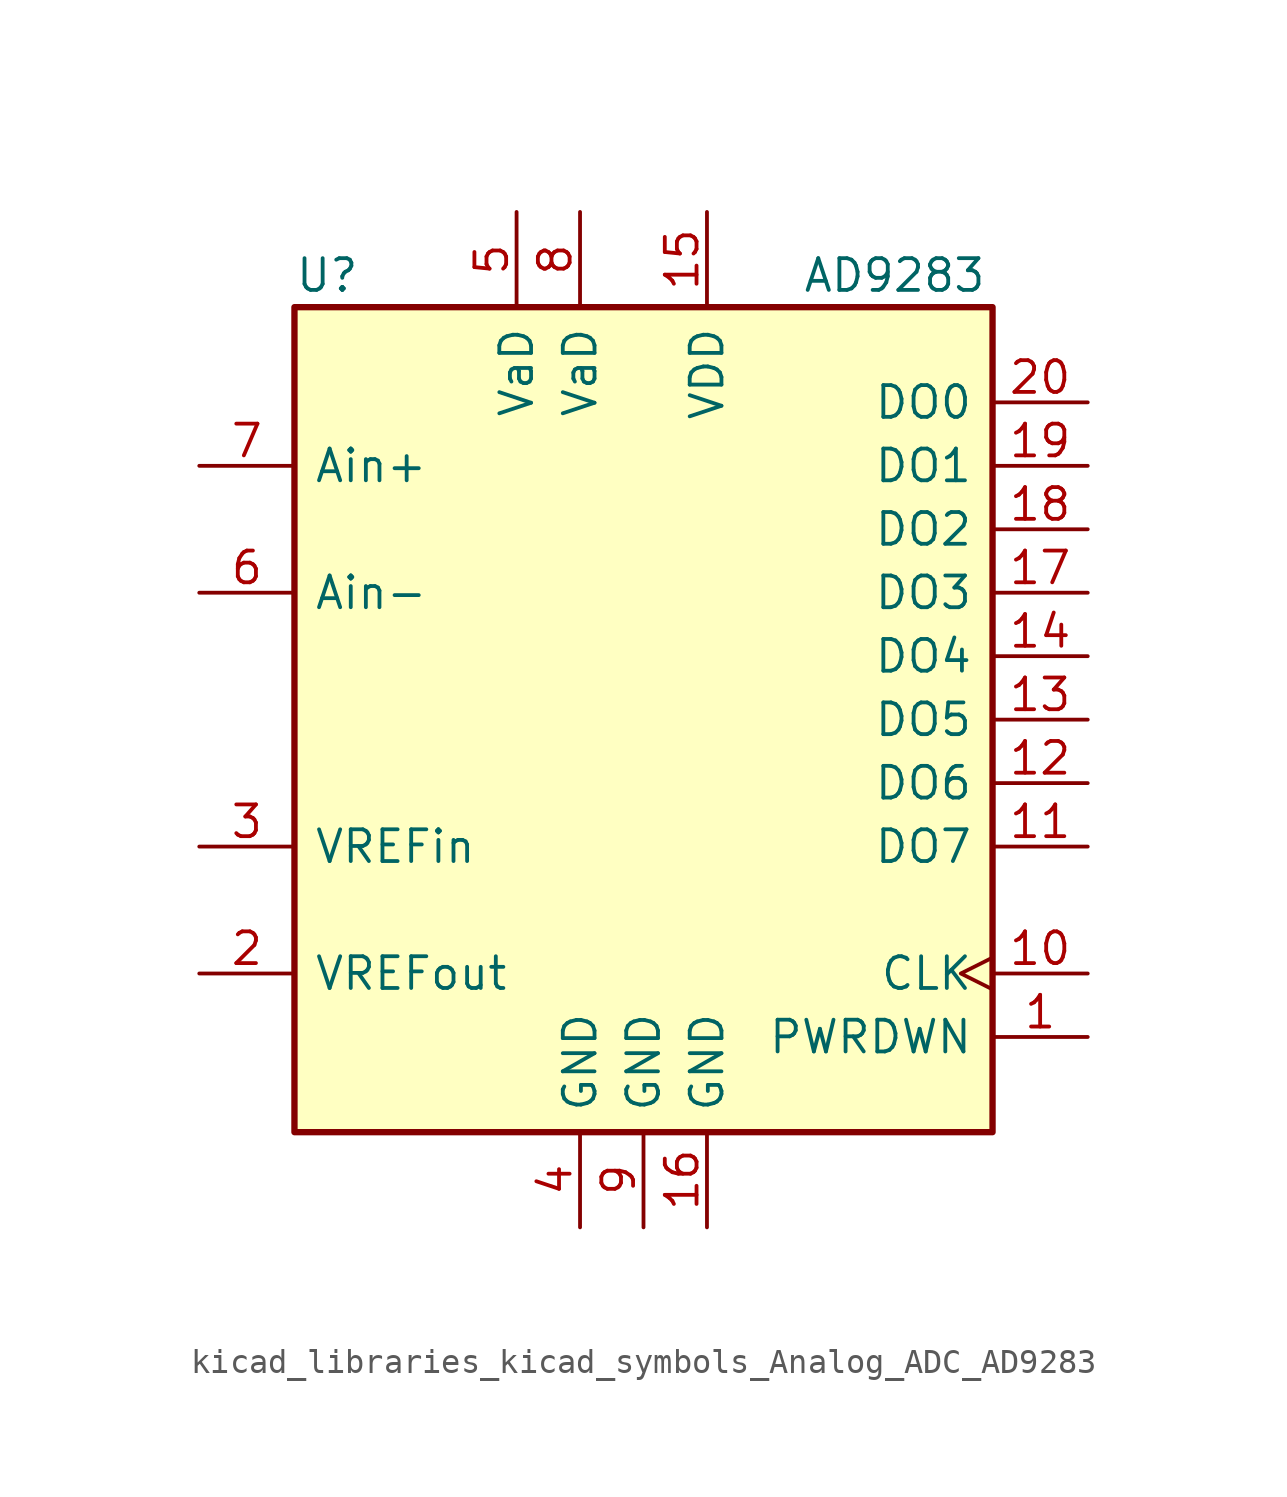
<source format=kicad_sym>
(kicad_symbol_lib
  (version 20220914)
  (generator kicad_symbol_editor)
  (symbol "kicad_libraries_kicad_symbols_Analog_ADC_AD9283"
    (pin_names
      (offset 0.762))
    (property "Reference" "U"
      (at -13.97 17.78 0)
      (effects (font (size 1.27 1.27)) (justify left)))
    (property "Value" "AD9283"
      (at 6.35 17.78 0)
      (effects (font (size 1.27 1.27)) (justify left)))
    (symbol "kicad_libraries_kicad_symbols_Analog_ADC_AD9283_0_1"
      (rectangle (start -13.97 16.51) (end 13.97 -16.51) (stroke (width 0.254) (type default)) (fill (type background))))
    (symbol "kicad_libraries_kicad_symbols_Analog_ADC_AD9283_1_1"
      (pin input line (at 17.78 -12.7 180) (length 3.81) (name "PWRDWN" (effects (font (size 1.27 1.27)))) (number "1" (effects (font (size 1.27 1.27)))))
      (pin input clock (at 17.78 -10.16 180) (length 3.81) (name "CLK" (effects (font (size 1.27 1.27)))) (number "10" (effects (font (size 1.27 1.27)))))
      (pin output line (at 17.78 -5.08 180) (length 3.81) (name "DO7" (effects (font (size 1.27 1.27)))) (number "11" (effects (font (size 1.27 1.27)))))
      (pin output line (at 17.78 -2.54 180) (length 3.81) (name "DO6" (effects (font (size 1.27 1.27)))) (number "12" (effects (font (size 1.27 1.27)))))
      (pin output line (at 17.78 0 180) (length 3.81) (name "DO5" (effects (font (size 1.27 1.27)))) (number "13" (effects (font (size 1.27 1.27)))))
      (pin output line (at 17.78 2.54 180) (length 3.81) (name "DO4" (effects (font (size 1.27 1.27)))) (number "14" (effects (font (size 1.27 1.27)))))
      (pin power_in line (at 2.54 20.32 270) (length 3.81) (name "VDD" (effects (font (size 1.27 1.27)))) (number "15" (effects (font (size 1.27 1.27)))))
      (pin power_in line (at 2.54 -20.32 90) (length 3.81) (name "GND" (effects (font (size 1.27 1.27)))) (number "16" (effects (font (size 1.27 1.27)))))
      (pin output line (at 17.78 5.08 180) (length 3.81) (name "DO3" (effects (font (size 1.27 1.27)))) (number "17" (effects (font (size 1.27 1.27)))))
      (pin output line (at 17.78 7.62 180) (length 3.81) (name "DO2" (effects (font (size 1.27 1.27)))) (number "18" (effects (font (size 1.27 1.27)))))
      (pin output line (at 17.78 10.16 180) (length 3.81) (name "DO1" (effects (font (size 1.27 1.27)))) (number "19" (effects (font (size 1.27 1.27)))))
      (pin input line (at -17.78 -10.16 0) (length 3.81) (name "VREFout" (effects (font (size 1.27 1.27)))) (number "2" (effects (font (size 1.27 1.27)))))
      (pin output line (at 17.78 12.7 180) (length 3.81) (name "DO0" (effects (font (size 1.27 1.27)))) (number "20" (effects (font (size 1.27 1.27)))))
      (pin input line (at -17.78 -5.08 0) (length 3.81) (name "VREFin" (effects (font (size 1.27 1.27)))) (number "3" (effects (font (size 1.27 1.27)))))
      (pin power_in line (at -2.54 -20.32 90) (length 3.81) (name "GND" (effects (font (size 1.27 1.27)))) (number "4" (effects (font (size 1.27 1.27)))))
      (pin power_in line (at -5.08 20.32 270) (length 3.81) (name "VaD" (effects (font (size 1.27 1.27)))) (number "5" (effects (font (size 1.27 1.27)))))
      (pin input line (at -17.78 5.08 0) (length 3.81) (name "Ain-" (effects (font (size 1.27 1.27)))) (number "6" (effects (font (size 1.27 1.27)))))
      (pin input line (at -17.78 10.16 0) (length 3.81) (name "Ain+" (effects (font (size 1.27 1.27)))) (number "7" (effects (font (size 1.27 1.27)))))
      (pin power_in line (at -2.54 20.32 270) (length 3.81) (name "VaD" (effects (font (size 1.27 1.27)))) (number "8" (effects (font (size 1.27 1.27)))))
      (pin power_in line (at 0 -20.32 90) (length 3.81) (name "GND" (effects (font (size 1.27 1.27)))) (number "9" (effects (font (size 1.27 1.27))))))))
</source>
